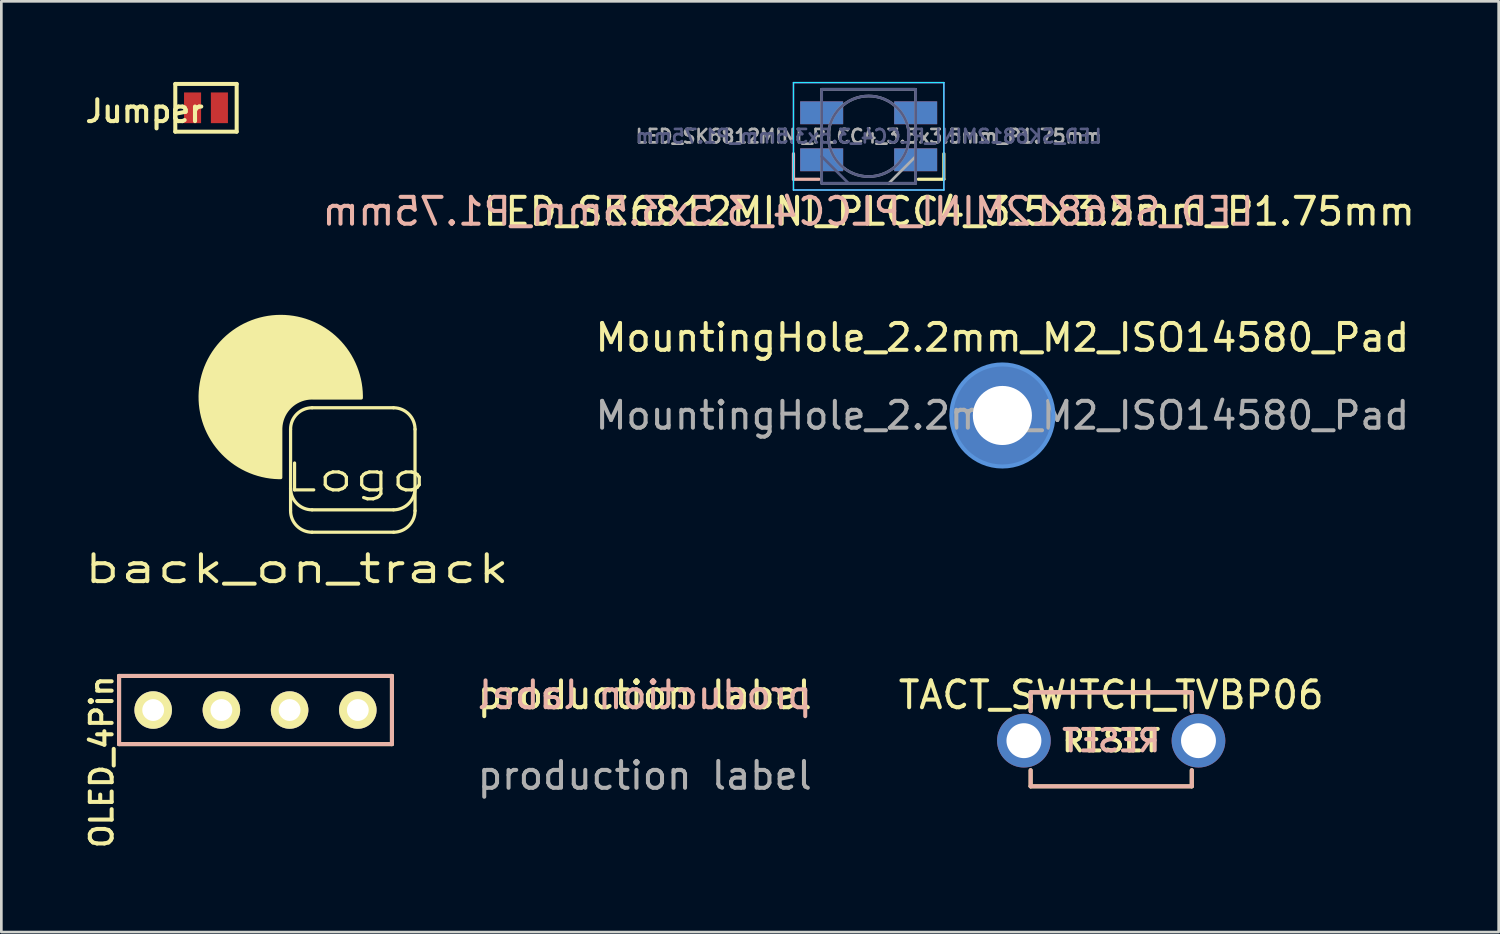
<source format=kicad_pcb>
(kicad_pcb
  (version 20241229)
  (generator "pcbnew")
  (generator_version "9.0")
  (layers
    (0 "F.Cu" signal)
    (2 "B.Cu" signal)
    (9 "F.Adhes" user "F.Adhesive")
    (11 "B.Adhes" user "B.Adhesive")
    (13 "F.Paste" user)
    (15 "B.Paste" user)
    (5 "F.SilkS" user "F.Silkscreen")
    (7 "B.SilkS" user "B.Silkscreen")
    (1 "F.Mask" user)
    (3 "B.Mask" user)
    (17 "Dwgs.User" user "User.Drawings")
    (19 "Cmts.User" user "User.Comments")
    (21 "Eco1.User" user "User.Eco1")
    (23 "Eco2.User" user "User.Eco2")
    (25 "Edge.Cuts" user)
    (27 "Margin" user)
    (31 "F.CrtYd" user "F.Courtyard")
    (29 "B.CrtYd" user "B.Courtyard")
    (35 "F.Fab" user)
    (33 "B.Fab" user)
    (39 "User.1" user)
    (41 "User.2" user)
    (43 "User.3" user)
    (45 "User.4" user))
  (footprint "Jumper"
    (layer "F.Cu")
    (at 4.62 0.964)
    (property "Reference" "Jumper" (at -2.286 0.127 0) (layer "F.SilkS") (effects (font (size 0.813 0.813) (thickness 0.152))))
    (attr smd)
    (fp_line (start -1.143 -0.889) (end 1.143 -0.889) (stroke (width 0.15) (type solid)) (layer "F.SilkS"))
    (fp_line (start -1.143 0.889) (end -1.143 -0.889) (stroke (width 0.15) (type solid)) (layer "F.SilkS"))
    (fp_line (start 1.143 -0.889) (end 1.143 0.889) (stroke (width 0.15) (type solid)) (layer "F.SilkS"))
    (fp_line (start 1.143 0.889) (end -1.143 0.889) (stroke (width 0.15) (type solid)) (layer "F.SilkS"))
    (pad "1" smd rect (at -0.5 0) (size 0.635 1.143) (layers "F.Cu" "F.Mask" "F.Paste"))
    (pad "2" smd rect (at 0.5 0) (size 0.635 1.143) (layers "F.Cu" "F.Mask" "F.Paste")))
  (footprint "LED_SK6812MINI_PLCC4_3.5x3.5mm_P1.75mm"
    (layer "F.Cu")
    (at 29.296 2.025)
    (property "Reference" "LED_SK6812MINI_PLCC4_3.5x3.5mm_P1.75mm" (at 3 2.8 0) (layer "F.SilkS") (effects (font (size 1 1) (thickness 0.15))))
    (attr smd)
    (fp_line (start 1.85 1.6) (end 2.8 1.6) (stroke (width 0.12) (type solid)) (layer "F.SilkS"))
    (fp_line (start 2.8 1.6) (end 2.8 0.65) (stroke (width 0.12) (type solid)) (layer "F.SilkS"))
    (fp_line (start -2.8 1.6) (end -2.8 0.65) (stroke (width 0.12) (type solid)) (layer "B.SilkS"))
    (fp_line (start -1.85 1.6) (end -2.8 1.6) (stroke (width 0.12) (type solid)) (layer "B.SilkS"))
    (fp_line (start -2.8 -2) (end 2.8 -2) (stroke (width 0.05) (type solid)) (layer "B.CrtYd"))
    (fp_line (start -2.8 2) (end -2.8 -2) (stroke (width 0.05) (type solid)) (layer "B.CrtYd"))
    (fp_line (start 2.8 -2) (end 2.8 2) (stroke (width 0.05) (type solid)) (layer "B.CrtYd"))
    (fp_line (start 2.8 2) (end -2.8 2) (stroke (width 0.05) (type solid)) (layer "B.CrtYd"))
    (fp_line (start -2.8 -2) (end -2.8 2) (stroke (width 0.05) (type solid)) (layer "F.CrtYd"))
    (fp_line (start -2.8 2) (end 2.8 2) (stroke (width 0.05) (type solid)) (layer "F.CrtYd"))
    (fp_line (start 2.8 -2) (end -2.8 -2) (stroke (width 0.05) (type solid)) (layer "F.CrtYd"))
    (fp_line (start 2.8 2) (end 2.8 -2) (stroke (width 0.05) (type solid)) (layer "F.CrtYd"))
    (fp_line (start -1.75 -1.75) (end 1.75 -1.75) (stroke (width 0.1) (type solid)) (layer "B.Fab"))
    (fp_line (start -1.75 0.75) (end -0.75 1.75) (stroke (width 0.1) (type solid)) (layer "B.Fab"))
    (fp_line (start -1.75 1.75) (end -1.75 -1.75) (stroke (width 0.1) (type solid)) (layer "B.Fab"))
    (fp_line (start 1.75 -1.75) (end 1.75 1.75) (stroke (width 0.1) (type solid)) (layer "B.Fab"))
    (fp_line (start 1.75 1.75) (end -1.75 1.75) (stroke (width 0.1) (type solid)) (layer "B.Fab"))
    (fp_circle (center 0 0) (end 0 -1.5) (stroke (width 0.1) (type solid)) (fill no) (layer "B.Fab"))
    (fp_line (start -1.75 -1.75) (end -1.75 1.75) (stroke (width 0.1) (type solid)) (layer "F.Fab"))
    (fp_line (start -1.75 1.75) (end 1.75 1.75) (stroke (width 0.1) (type solid)) (layer "F.Fab"))
    (fp_line (start 1.75 -1.75) (end -1.75 -1.75) (stroke (width 0.1) (type solid)) (layer "F.Fab"))
    (fp_line (start 1.75 0.75) (end 0.75 1.75) (stroke (width 0.1) (type solid)) (layer "F.Fab"))
    (fp_line (start 1.75 1.75) (end 1.75 -1.75) (stroke (width 0.1) (type solid)) (layer "F.Fab"))
    (fp_circle (center 0 0) (end 0 -1.5) (stroke (width 0.1) (type solid)) (fill no) (layer "F.Fab"))
    (fp_text user "${REFERENCE}" (at -3 2.8 0) (layer "B.SilkS") (effects (font (size 1 1) (thickness 0.15)) (justify mirror)))
    (fp_text user "${REFERENCE}" (at 0 0 0) (layer "B.Fab") (effects (font (size 0.5 0.5) (thickness 0.1)) (justify mirror)))
    (fp_text user "${REFERENCE}" (at 0 0 0) (layer "F.Fab") (effects (font (size 0.5 0.5) (thickness 0.1))))
    (pad "1" smd rect (at -1.75 -0.875) (size 1.6 0.85) (layers "F.Cu" "F.Mask" "F.Paste"))
    (pad "1" smd rect (at 1.75 -0.875) (size 1.6 0.85) (layers "B.Cu" "B.Mask" "B.Paste"))
    (pad "2" smd rect (at -1.75 0.875) (size 1.6 0.85) (layers "F.Cu" "F.Mask" "F.Paste"))
    (pad "2" smd rect (at 1.75 0.875) (size 1.6 0.85) (layers "B.Cu" "B.Mask" "B.Paste"))
    (pad "3" smd rect (at -1.75 0.875) (size 1.6 0.85) (layers "B.Cu" "B.Mask" "B.Paste"))
    (pad "3" smd rect (at 1.75 0.875) (size 1.6 0.85) (layers "F.Cu" "F.Mask" "F.Paste"))
    (pad "4" smd rect (at -1.75 -0.875) (size 1.6 0.85) (layers "B.Cu" "B.Mask" "B.Paste"))
    (pad "4" smd rect (at 1.75 -0.875) (size 1.6 0.85) (layers "F.Cu" "F.Mask" "F.Paste")))
  (footprint "OLED_4Pin"
    (layer "F.Cu")
    (at 2.654 23.389)
    (property "Reference" "OLED_4Pin" (at -1.915 1.93 90) (layer "F.SilkS") (effects (font (size 0.813 0.813) (thickness 0.15))))
    (attr through_hole)
    (fp_line (start -1.27 -1.27) (end 8.89 -1.27) (stroke (width 0.15) (type solid)) (layer "F.SilkS"))
    (fp_line (start -1.27 1.27) (end -1.27 -1.27) (stroke (width 0.15) (type solid)) (layer "F.SilkS"))
    (fp_line (start -1.27 1.27) (end 8.89 1.27) (stroke (width 0.15) (type solid)) (layer "F.SilkS"))
    (fp_line (start 8.89 -1.27) (end 8.89 1.27) (stroke (width 0.15) (type solid)) (layer "F.SilkS"))
    (fp_line (start -1.27 -1.27) (end 8.89 -1.27) (stroke (width 0.15) (type solid)) (layer "B.SilkS"))
    (fp_line (start -1.27 1.27) (end -1.27 -1.27) (stroke (width 0.15) (type solid)) (layer "B.SilkS"))
    (fp_line (start 8.89 -1.27) (end 8.89 1.27) (stroke (width 0.15) (type solid)) (layer "B.SilkS"))
    (fp_line (start 8.89 1.27) (end -1.27 1.27) (stroke (width 0.15) (type solid)) (layer "B.SilkS"))
    (pad "1" thru_hole circle (at 0 0) (size 1.397 1.397) (drill 0.813) (layers "*.Cu" "*.Mask" "F.SilkS"))
    (pad "2" thru_hole circle (at 2.54 0) (size 1.397 1.397) (drill 0.813) (layers "*.Cu" "*.Mask" "F.SilkS"))
    (pad "3" thru_hole circle (at 5.08 0) (size 1.397 1.397) (drill 0.813) (layers "*.Cu" "*.Mask" "F.SilkS"))
    (pad "4" thru_hole circle (at 7.62 0) (size 1.397 1.397) (drill 0.813) (layers "*.Cu" "*.Mask" "F.SilkS")))
  (footprint "production label"
    (layer "F.Cu")
    (at 20.958 23.33)
    (property "Reference" "production label" (at 0 -0.5 0) (unlocked yes) (layer "F.SilkS") (effects (font (size 1 1) (thickness 0.15))))
    (fp_text user "${REFERENCE}" (at 0 -0.5 0) (unlocked yes) (layer "B.SilkS") (effects (font (size 1 1) (thickness 0.15)) (justify mirror)))
    (fp_text user "${REFERENCE}" (at 0 2.5 0) (unlocked yes) (layer "F.Fab") (effects (font (size 1 1) (thickness 0.15)))))
  (footprint "TACT_SWITCH_TVBP06"
    (layer "F.Cu")
    (at 38.327 24.53)
    (property "Reference" "TACT_SWITCH_TVBP06" (at 0 -1.7 0) (layer "F.SilkS") (effects (font (size 1 1) (thickness 0.15))))
    (attr through_hole)
    (fp_line (start -3 -1.8) (end -3 -1.1) (stroke (width 0.15) (type solid)) (layer "F.SilkS"))
    (fp_line (start -3 1.7) (end -3 1.1) (stroke (width 0.15) (type solid)) (layer "F.SilkS"))
    (fp_line (start -3 1.7) (end 3 1.7) (stroke (width 0.15) (type solid)) (layer "F.SilkS"))
    (fp_line (start 3 -1.8) (end -3 -1.8) (stroke (width 0.15) (type solid)) (layer "F.SilkS"))
    (fp_line (start 3 -1.8) (end 3 -1.1) (stroke (width 0.15) (type solid)) (layer "F.SilkS"))
    (fp_line (start 3 1.7) (end 3 1.1) (stroke (width 0.15) (type solid)) (layer "F.SilkS"))
    (fp_line (start -3 -1.8) (end -3 -1.1) (stroke (width 0.15) (type solid)) (layer "B.SilkS"))
    (fp_line (start -3 -1.8) (end 2.9 -1.8) (stroke (width 0.15) (type solid)) (layer "B.SilkS"))
    (fp_line (start -3 -1.8) (end 3 -1.8) (stroke (width 0.15) (type solid)) (layer "B.SilkS"))
    (fp_line (start -3 1.7) (end -3 1.1) (stroke (width 0.15) (type solid)) (layer "B.SilkS"))
    (fp_line (start 3 -1.8) (end 3 -1.1) (stroke (width 0.15) (type solid)) (layer "B.SilkS"))
    (fp_line (start 3 1.7) (end -3 1.7) (stroke (width 0.15) (type solid)) (layer "B.SilkS"))
    (fp_line (start 3 1.7) (end 3 1.1) (stroke (width 0.15) (type solid)) (layer "B.SilkS"))
    (fp_text user "RESET" (at 0 0 180) (layer "F.SilkS") (effects (font (size 0.8 0.8) (thickness 0.15))))
    (fp_text user "RESET" (at 0 0 0) (layer "B.SilkS") (effects (font (size 0.8 0.8) (thickness 0.15)) (justify mirror)))
    (pad "1" thru_hole circle (at -3.25 0) (size 2 2) (drill 1.3) (layers "*.Cu" "*.Mask"))
    (pad "2" thru_hole circle (at 3.25 0) (size 2 2) (drill 1.3) (layers "*.Cu" "*.Mask")))
  (footprint "Logo"
    (layer "F.Cu")
    (at 8.004 14.134)
    (property "Reference" "Logo" (at 2.2 0.6 0) (unlocked yes) (layer "F.SilkS") (effects (font (size 1 1.5) (thickness 0.12))))
    (fp_line (start -0.234 -1.2) (end -0.234 1.834) (stroke (width 0.12) (type solid)) (layer "F.SilkS"))
    (fp_line (start 0.566 1.8) (end 3.6 1.8) (stroke (width 0.12) (type solid)) (layer "F.SilkS"))
    (fp_line (start 0.566 2.634) (end 3.6 2.634) (stroke (width 0.12) (type solid)) (layer "F.SilkS"))
    (fp_line (start 3.6 -2) (end 0.566 -2) (stroke (width 0.12) (type solid)) (layer "F.SilkS"))
    (fp_line (start 4.4 -1.2) (end 4.4 1.834) (stroke (width 0.12) (type solid)) (layer "F.SilkS"))
    (fp_arc (start -0.234315 -1.2) (mid 0 -1.765685) (end 0.565685 -2) (stroke (width 0.12) (type solid)) (layer "F.SilkS"))
    (fp_arc (start 0.565685 1.8) (mid 0 1.565685) (end -0.234315 1) (stroke (width 0.12) (type solid)) (layer "F.SilkS"))
    (fp_arc (start 0.565685 2.634315) (mid 0 2.4) (end -0.234315 1.834315) (stroke (width 0.12) (type solid)) (layer "F.SilkS"))
    (fp_arc (start 3.6 -2) (mid 4.165685 -1.765685) (end 4.4 -1.2) (stroke (width 0.12) (type solid)) (layer "F.SilkS"))
    (fp_arc (start 4.4 1) (mid 4.165685 1.565685) (end 3.6 1.8) (stroke (width 0.12) (type solid)) (layer "F.SilkS"))
    (fp_arc (start 4.4 1.834315) (mid 4.165685 2.4) (end 3.6 2.634315) (stroke (width 0.12) (type solid)) (layer "F.SilkS"))
    (fp_poly (pts (arc (start 2.399005 -2.365209) (mid -2.710074 -4.533322) (end -0.6 0.6)) (arc (start -0.6 -1.2) (mid -0.246713 -2.035961) (end 0.599005 -2.365209))) (stroke (width 0.12) (type solid)) (fill yes) (layer "F.SilkS"))
    (fp_text user "back_on_track" (at 0 4 0) (unlocked yes) (layer "F.SilkS") (effects (font (size 1 1.5) (thickness 0.15)))))
  (footprint "MountingHole_2.2mm_M2_ISO14580_Pad"
    (layer "F.Cu")
    (at 34.275 12.421)
    (property "Reference" "MountingHole_2.2mm_M2_ISO14580_Pad" (at 0 -2.9 0) (layer "F.SilkS") (effects (font (size 1 1) (thickness 0.15))))
    (attr exclude_from_pos_files exclude_from_bom)
    (fp_circle (center 0 0) (end 1.9 0) (stroke (width 0.15) (type solid)) (fill no) (layer "Cmts.User"))
    (fp_text user "${REFERENCE}" (at 0 0 0) (layer "F.Fab") (effects (font (size 1 1) (thickness 0.15))))
    (pad "" thru_hole circle (at 0 0) (size 3.8 3.8) (drill 2.2) (layers "*.Cu" "*.Mask")))
  (gr_rect
    (start -3 -3)
    (end 52.755 31.656)
    (stroke (width 0.1) (type default))
    (fill no)
    (layer "Edge.Cuts")))
</source>
